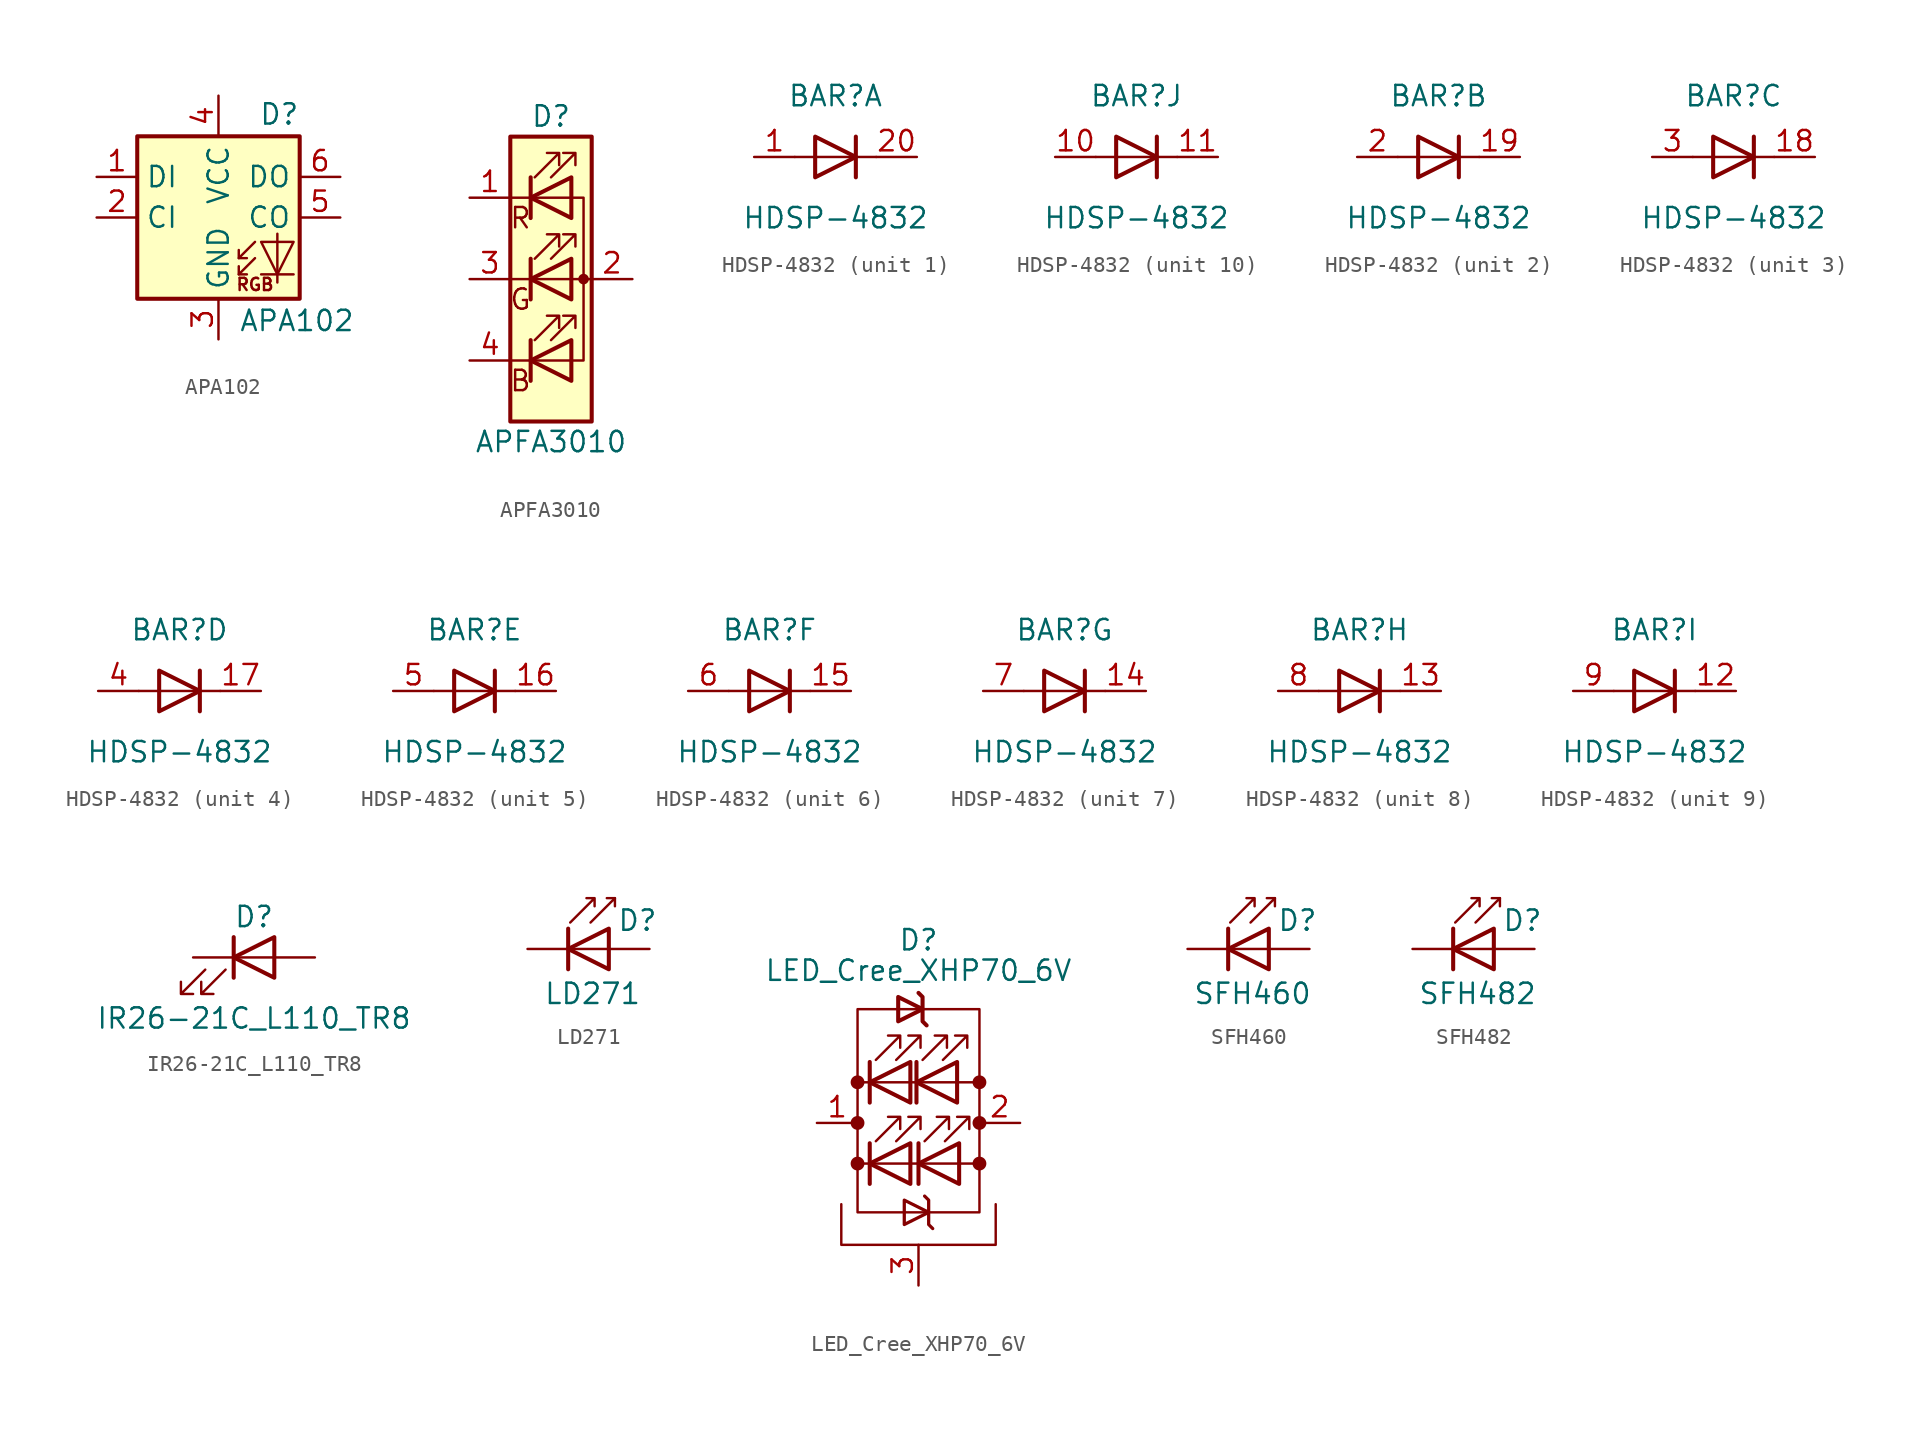
<source format=kicad_sym>
(kicad_symbol_lib
  (version 20201005)
  (generator kicad_symbol_editor)
  (symbol "APA102"
    (property "Reference" "D"
      (at 5.08 5.715 0)
      (effects (font (size 1.27 1.27)) (justify right bottom)))
    (property "Value" "APA102"
      (at 1.27 -5.715 0)
      (effects (font (size 1.27 1.27)) (justify left top)))
    (symbol "APA102_0_0"
      (text "RGB" (at 2.286 -4.191 0) (effects (font (size 0.762 0.762)))))
    (symbol "APA102_0_1"
      (rectangle (start 5.08 5.08) (end -5.08 -5.08) (stroke (width 0.254)) (fill (type background)))
      (polyline (pts (xy 1.27 -3.556) (xy 1.778 -3.556)) (stroke (width 0)) (fill (type none)))
      (polyline (pts (xy 1.27 -2.54) (xy 1.778 -2.54)) (stroke (width 0)) (fill (type none)))
      (polyline (pts (xy 4.699 -3.556) (xy 2.667 -3.556)) (stroke (width 0)) (fill (type none)))
      (polyline (pts (xy 2.286 -2.54) (xy 1.27 -3.556) (xy 1.27 -3.048)) (stroke (width 0)) (fill (type none)))
      (polyline (pts (xy 2.286 -1.524) (xy 1.27 -2.54) (xy 1.27 -2.032)) (stroke (width 0)) (fill (type none)))
      (polyline (pts (xy 3.683 -1.016) (xy 3.683 -3.556) (xy 3.683 -4.064)) (stroke (width 0)) (fill (type none)))
      (polyline (pts (xy 4.699 -1.524) (xy 2.667 -1.524) (xy 3.683 -3.556) (xy 4.699 -1.524)) (stroke (width 0)) (fill (type none))))
    (symbol "APA102_1_1"
      (pin input line (at -7.62 2.54 0) (length 2.54) (name "DI" (effects (font (size 1.27 1.27)))) (number "1" (effects (font (size 1.27 1.27)))))
      (pin input line (at -7.62 0 0) (length 2.54) (name "CI" (effects (font (size 1.27 1.27)))) (number "2" (effects (font (size 1.27 1.27)))))
      (pin power_in line (at 0 -7.62 90) (length 2.54) (name "GND" (effects (font (size 1.27 1.27)))) (number "3" (effects (font (size 1.27 1.27)))))
      (pin power_in line (at 0 7.62 270) (length 2.54) (name "VCC" (effects (font (size 1.27 1.27)))) (number "4" (effects (font (size 1.27 1.27)))))
      (pin output line (at 7.62 0 180) (length 2.54) (name "CO" (effects (font (size 1.27 1.27)))) (number "5" (effects (font (size 1.27 1.27)))))
      (pin output line (at 7.62 2.54 180) (length 2.54) (name "DO" (effects (font (size 1.27 1.27)))) (number "6" (effects (font (size 1.27 1.27)))))))
  (symbol "APFA3010"
    (pin_names
      (offset 0) hide)
    (property "Reference" "D"
      (at 0 10.16 0)
      (effects (font (size 1.27 1.27))))
    (property "Value" "APFA3010"
      (at 0 -10.16 0)
      (effects (font (size 1.27 1.27))))
    (symbol "APFA3010_0_0"
      (text "B" (at -1.905 -6.35 0) (effects (font (size 1.27 1.27))))
      (text "G" (at -1.905 -1.27 0) (effects (font (size 1.27 1.27))))
      (text "R" (at -1.905 3.81 0) (effects (font (size 1.27 1.27)))))
    (symbol "APFA3010_0_1"
      (circle (center 2.032 0) (radius 0.254) (stroke (width 0)) (fill (type outline)))
      (rectangle (start 1.27 6.35) (end 1.27 6.35) (stroke (width 0)) (fill (type none)))
      (rectangle (start -2.54 -8.89) (end 2.54 8.89) (stroke (width 0.254)) (fill (type background)))
      (polyline (pts (xy -2.54 -5.08) (xy 1.27 -5.08)) (stroke (width 0)) (fill (type none)))
      (polyline (pts (xy -1.27 -3.81) (xy -1.27 -6.35)) (stroke (width 0.254)) (fill (type none)))
      (polyline (pts (xy -1.27 1.27) (xy -1.27 -1.27)) (stroke (width 0.254)) (fill (type none)))
      (polyline (pts (xy -1.27 6.35) (xy -1.27 3.81)) (stroke (width 0.254)) (fill (type none)))
      (polyline (pts (xy 1.27 5.08) (xy -2.54 5.08)) (stroke (width 0)) (fill (type none)))
      (polyline (pts (xy 2.54 0) (xy -2.54 0)) (stroke (width 0)) (fill (type none)))
      (polyline (pts (xy 1.27 -5.08) (xy 2.032 -5.08) (xy 2.032 5.08) (xy 1.27 5.08)) (stroke (width 0)) (fill (type none)))
      (polyline (pts (xy 1.27 -3.81) (xy 1.27 -6.35) (xy -1.27 -5.08) (xy 1.27 -3.81)) (stroke (width 0.254)) (fill (type none)))
      (polyline (pts (xy 1.27 1.27) (xy 1.27 -1.27) (xy -1.27 0) (xy 1.27 1.27)) (stroke (width 0.254)) (fill (type none)))
      (polyline (pts (xy 1.27 6.35) (xy 1.27 3.81) (xy -1.27 5.08) (xy 1.27 6.35)) (stroke (width 0.254)) (fill (type none)))
      (polyline (pts (xy -1.016 -3.81) (xy 0.508 -2.286) (xy -0.254 -2.286) (xy 0.508 -2.286) (xy 0.508 -3.048)) (stroke (width 0)) (fill (type none)))
      (polyline (pts (xy -1.016 1.27) (xy 0.508 2.794) (xy -0.254 2.794) (xy 0.508 2.794) (xy 0.508 2.032)) (stroke (width 0)) (fill (type none)))
      (polyline (pts (xy -1.016 6.35) (xy 0.508 7.874) (xy -0.254 7.874) (xy 0.508 7.874) (xy 0.508 7.112)) (stroke (width 0)) (fill (type none)))
      (polyline (pts (xy 0 -3.81) (xy 1.524 -2.286) (xy 0.762 -2.286) (xy 1.524 -2.286) (xy 1.524 -3.048)) (stroke (width 0)) (fill (type none)))
      (polyline (pts (xy 0 1.27) (xy 1.524 2.794) (xy 0.762 2.794) (xy 1.524 2.794) (xy 1.524 2.032)) (stroke (width 0)) (fill (type none)))
      (polyline (pts (xy 0 6.35) (xy 1.524 7.874) (xy 0.762 7.874) (xy 1.524 7.874) (xy 1.524 7.112)) (stroke (width 0)) (fill (type none))))
    (symbol "APFA3010_1_1"
      (pin input line (at -5.08 5.08 0) (length 2.54) (name "R" (effects (font (size 1.27 1.27)))) (number "1" (effects (font (size 1.27 1.27)))))
      (pin power_in line (at 5.08 0 180) (length 2.54) (name "A" (effects (font (size 1.27 1.27)))) (number "2" (effects (font (size 1.27 1.27)))))
      (pin input line (at -5.08 0 0) (length 2.54) (name "G" (effects (font (size 1.27 1.27)))) (number "3" (effects (font (size 1.27 1.27)))))
      (pin input line (at -5.08 -5.08 0) (length 2.54) (name "B" (effects (font (size 1.27 1.27)))) (number "4" (effects (font (size 1.27 1.27)))))))
  (symbol "HDSP-4832"
    (pin_names
      (offset 1.016) hide)
    (property "Reference" "BAR"
      (at 0 3.81 0)
      (effects (font (size 1.27 1.27))))
    (property "Value" "HDSP-4832"
      (at 0 -3.81 0)
      (effects (font (size 1.27 1.27))))
    (symbol "HDSP-4832_0_1"
      (polyline (pts (xy -2.54 0) (xy 2.54 0)) (stroke (width 0)) (fill (type none)))
      (polyline (pts (xy 1.27 -1.27) (xy 1.27 1.27)) (stroke (width 0.254)) (fill (type none)))
      (polyline (pts (xy -1.27 1.27) (xy -1.27 -1.27) (xy 1.27 0) (xy -1.27 1.27)) (stroke (width 0.254)) (fill (type none))))
    (symbol "HDSP-4832_1_1"
      (pin passive line (at -5.08 0 0) (length 2.54) (name "A" (effects (font (size 1.27 1.27)))) (number "1" (effects (font (size 1.27 1.27)))))
      (pin passive line (at 5.08 0 180) (length 2.54) (name "K" (effects (font (size 1.27 1.27)))) (number "20" (effects (font (size 1.27 1.27))))))
    (symbol "HDSP-4832_2_1"
      (pin passive line (at 5.08 0 180) (length 2.54) (name "K" (effects (font (size 1.27 1.27)))) (number "19" (effects (font (size 1.27 1.27)))))
      (pin passive line (at -5.08 0 0) (length 2.54) (name "A" (effects (font (size 1.27 1.27)))) (number "2" (effects (font (size 1.27 1.27))))))
    (symbol "HDSP-4832_3_1"
      (pin passive line (at 5.08 0 180) (length 2.54) (name "K" (effects (font (size 1.27 1.27)))) (number "18" (effects (font (size 1.27 1.27)))))
      (pin passive line (at -5.08 0 0) (length 2.54) (name "A" (effects (font (size 1.27 1.27)))) (number "3" (effects (font (size 1.27 1.27))))))
    (symbol "HDSP-4832_4_1"
      (pin passive line (at 5.08 0 180) (length 2.54) (name "K" (effects (font (size 1.27 1.27)))) (number "17" (effects (font (size 1.27 1.27)))))
      (pin passive line (at -5.08 0 0) (length 2.54) (name "A" (effects (font (size 1.27 1.27)))) (number "4" (effects (font (size 1.27 1.27))))))
    (symbol "HDSP-4832_5_1"
      (pin passive line (at 5.08 0 180) (length 2.54) (name "K" (effects (font (size 1.27 1.27)))) (number "16" (effects (font (size 1.27 1.27)))))
      (pin passive line (at -5.08 0 0) (length 2.54) (name "A" (effects (font (size 1.27 1.27)))) (number "5" (effects (font (size 1.27 1.27))))))
    (symbol "HDSP-4832_6_1"
      (pin passive line (at 5.08 0 180) (length 2.54) (name "K" (effects (font (size 1.27 1.27)))) (number "15" (effects (font (size 1.27 1.27)))))
      (pin passive line (at -5.08 0 0) (length 2.54) (name "A" (effects (font (size 1.27 1.27)))) (number "6" (effects (font (size 1.27 1.27))))))
    (symbol "HDSP-4832_7_1"
      (pin passive line (at 5.08 0 180) (length 2.54) (name "K" (effects (font (size 1.27 1.27)))) (number "14" (effects (font (size 1.27 1.27)))))
      (pin passive line (at -5.08 0 0) (length 2.54) (name "A" (effects (font (size 1.27 1.27)))) (number "7" (effects (font (size 1.27 1.27))))))
    (symbol "HDSP-4832_8_1"
      (pin passive line (at 5.08 0 180) (length 2.54) (name "K" (effects (font (size 1.27 1.27)))) (number "13" (effects (font (size 1.27 1.27)))))
      (pin passive line (at -5.08 0 0) (length 2.54) (name "A" (effects (font (size 1.27 1.27)))) (number "8" (effects (font (size 1.27 1.27))))))
    (symbol "HDSP-4832_9_1"
      (pin passive line (at 5.08 0 180) (length 2.54) (name "K" (effects (font (size 1.27 1.27)))) (number "12" (effects (font (size 1.27 1.27)))))
      (pin passive line (at -5.08 0 0) (length 2.54) (name "A" (effects (font (size 1.27 1.27)))) (number "9" (effects (font (size 1.27 1.27))))))
    (symbol "HDSP-4832_10_1"
      (pin passive line (at -5.08 0 0) (length 2.54) (name "A" (effects (font (size 1.27 1.27)))) (number "10" (effects (font (size 1.27 1.27)))))
      (pin passive line (at 5.08 0 180) (length 2.54) (name "K" (effects (font (size 1.27 1.27)))) (number "11" (effects (font (size 1.27 1.27)))))))
  (symbol "IR26-21C_L110_TR8"
    (pin_numbers hide)
    (pin_names
      (offset 1.016) hide)
    (property "Reference" "D"
      (at 0 2.54 0)
      (effects (font (size 1.27 1.27))))
    (property "Value" "IR26-21C_L110_TR8"
      (at 0 -3.81 0)
      (effects (font (size 1.27 1.27))))
    (symbol "IR26-21C_L110_TR8_0_1"
      (polyline (pts (xy -1.27 -1.27) (xy -1.27 1.27)) (stroke (width 0.254)) (fill (type none)))
      (polyline (pts (xy -1.27 0) (xy 1.27 0)) (stroke (width 0)) (fill (type none)))
      (polyline (pts (xy 1.27 -1.27) (xy 1.27 1.27) (xy -1.27 0) (xy 1.27 -1.27)) (stroke (width 0.254)) (fill (type none)))
      (polyline (pts (xy -3.048 -0.762) (xy -4.572 -2.286) (xy -3.81 -2.286) (xy -4.572 -2.286) (xy -4.572 -1.524)) (stroke (width 0)) (fill (type none)))
      (polyline (pts (xy -1.778 -0.762) (xy -3.302 -2.286) (xy -2.54 -2.286) (xy -3.302 -2.286) (xy -3.302 -1.524)) (stroke (width 0)) (fill (type none))))
    (symbol "IR26-21C_L110_TR8_1_1"
      (pin passive line (at -3.81 0 0) (length 2.54) (name "K" (effects (font (size 1.27 1.27)))) (number "1" (effects (font (size 1.27 1.27)))))
      (pin passive line (at 3.81 0 180) (length 2.54) (name "A" (effects (font (size 1.27 1.27)))) (number "2" (effects (font (size 1.27 1.27)))))))
  (symbol "LD271"
    (pin_numbers hide)
    (pin_names
      (offset 1.016) hide)
    (property "Reference" "D"
      (at 0.508 1.778 0)
      (effects (font (size 1.27 1.27)) (justify left)))
    (property "Value" "LD271"
      (at -1.016 -2.794 0)
      (effects (font (size 1.27 1.27))))
    (symbol "LD271_0_1"
      (polyline (pts (xy -2.54 1.27) (xy -2.54 -1.27)) (stroke (width 0.254)) (fill (type none)))
      (polyline (pts (xy 0 0) (xy -2.54 0)) (stroke (width 0)) (fill (type none)))
      (polyline (pts (xy 0.381 3.175) (xy -0.127 3.175)) (stroke (width 0)) (fill (type none)))
      (polyline (pts (xy -1.143 1.651) (xy 0.381 3.175) (xy 0.381 2.667)) (stroke (width 0)) (fill (type none)))
      (polyline (pts (xy 0 -1.27) (xy -2.54 0) (xy 0 1.27) (xy 0 -1.27)) (stroke (width 0.254)) (fill (type none)))
      (polyline (pts (xy -2.413 1.651) (xy -0.889 3.175) (xy -0.889 2.667) (xy -0.889 3.175) (xy -1.397 3.175)) (stroke (width 0)) (fill (type none))))
    (symbol "LD271_1_1"
      (pin passive line (at -5.08 0 0) (length 2.54) (name "K" (effects (font (size 1.27 1.27)))) (number "1" (effects (font (size 1.27 1.27)))))
      (pin passive line (at 2.54 0 180) (length 2.54) (name "A" (effects (font (size 1.27 1.27)))) (number "2" (effects (font (size 1.27 1.27)))))))
  (symbol "LED_Cree_XHP70_6V"
    (pin_names
      (offset 1.016) hide)
    (property "Reference" "D"
      (at 0 11.43 0)
      (effects (font (size 1.27 1.27))))
    (property "Value" "LED_Cree_XHP70_6V"
      (at 0 9.525 0)
      (effects (font (size 1.27 1.27))))
    (symbol "LED_Cree_XHP70_6V_0_1"
      (circle (center -3.81 -2.54) (radius 0.356) (stroke (width 0)) (fill (type outline)))
      (circle (center -3.81 0) (radius 0.356) (stroke (width 0)) (fill (type outline)))
      (circle (center -3.81 2.54) (radius 0.356) (stroke (width 0)) (fill (type outline)))
      (circle (center 3.81 -2.54) (radius 0.356) (stroke (width 0)) (fill (type outline)))
      (circle (center 3.81 0) (radius 0.356) (stroke (width 0)) (fill (type outline)))
      (circle (center 3.81 2.54) (radius 0.356) (stroke (width 0)) (fill (type outline)))
      (polyline (pts (xy -3.81 -2.54) (xy 3.81 -2.54)) (stroke (width 0)) (fill (type none)))
      (polyline (pts (xy -3.048 -3.81) (xy -3.048 -1.27)) (stroke (width 0.254)) (fill (type none)))
      (polyline (pts (xy -3.048 1.27) (xy -3.048 3.81)) (stroke (width 0.254)) (fill (type none)))
      (polyline (pts (xy -0.127 1.27) (xy -0.127 3.81)) (stroke (width 0.254)) (fill (type none)))
      (polyline (pts (xy 0 -3.81) (xy 0 -1.27)) (stroke (width 0.254)) (fill (type none)))
      (polyline (pts (xy 3.81 2.54) (xy -3.81 2.54)) (stroke (width 0)) (fill (type none)))
      (polyline (pts (xy -4.826 -5.08) (xy -4.826 -7.62) (xy 4.826 -7.62) (xy 4.826 -5.08)) (stroke (width 0)) (fill (type none)))
      (polyline (pts (xy -0.508 -3.81) (xy -0.508 -1.27) (xy -3.048 -2.54) (xy -0.508 -3.81)) (stroke (width 0.254)) (fill (type none)))
      (polyline (pts (xy -0.508 1.27) (xy -0.508 3.81) (xy -3.048 2.54) (xy -0.508 1.27)) (stroke (width 0.254)) (fill (type none)))
      (polyline (pts (xy 0.508 6.096) (xy 0.254 6.35) (xy 0.254 7.874) (xy 0 8.128)) (stroke (width 0.254)) (fill (type none)))
      (polyline (pts (xy 0.889 -6.604) (xy 0.635 -6.35) (xy 0.635 -4.826) (xy 0.381 -4.572)) (stroke (width 0.203)) (fill (type none)))
      (polyline (pts (xy 2.413 1.27) (xy 2.413 3.81) (xy -0.127 2.54) (xy 2.413 1.27)) (stroke (width 0.254)) (fill (type none)))
      (polyline (pts (xy 2.54 -3.81) (xy 2.54 -1.27) (xy 0 -2.54) (xy 2.54 -3.81)) (stroke (width 0.254)) (fill (type none)))
      (polyline (pts (xy -3.81 -5.588) (xy -3.81 7.112) (xy 3.81 7.112) (xy 3.81 -5.588) (xy -3.81 -5.588)) (stroke (width 0)) (fill (type none)))
      (polyline (pts (xy -2.667 -1.143) (xy -1.143 0.381) (xy -1.905 0.381) (xy -1.143 0.381) (xy -1.143 -0.381)) (stroke (width 0)) (fill (type none)))
      (polyline (pts (xy -2.667 3.937) (xy -1.143 5.461) (xy -1.905 5.461) (xy -1.143 5.461) (xy -1.143 4.699)) (stroke (width 0)) (fill (type none)))
      (polyline (pts (xy -1.397 -1.143) (xy 0.127 0.381) (xy -0.635 0.381) (xy 0.127 0.381) (xy 0.127 -0.381)) (stroke (width 0)) (fill (type none)))
      (polyline (pts (xy -1.397 3.937) (xy 0.127 5.461) (xy -0.635 5.461) (xy 0.127 5.461) (xy 0.127 4.699)) (stroke (width 0)) (fill (type none)))
      (polyline (pts (xy -1.27 6.35) (xy -1.27 7.874) (xy 0.254 7.112) (xy -1.27 6.35) (xy -1.27 6.604)) (stroke (width 0.254)) (fill (type none)))
      (polyline (pts (xy -0.889 -6.35) (xy -0.889 -4.826) (xy 0.635 -5.588) (xy -0.889 -6.35) (xy -0.889 -6.096)) (stroke (width 0.203)) (fill (type none)))
      (polyline (pts (xy 0.254 3.937) (xy 1.778 5.461) (xy 1.016 5.461) (xy 1.778 5.461) (xy 1.778 4.699)) (stroke (width 0)) (fill (type none)))
      (polyline (pts (xy 0.381 -1.143) (xy 1.905 0.381) (xy 1.143 0.381) (xy 1.905 0.381) (xy 1.905 -0.381)) (stroke (width 0)) (fill (type none)))
      (polyline (pts (xy 1.524 3.937) (xy 3.048 5.461) (xy 2.286 5.461) (xy 3.048 5.461) (xy 3.048 4.699)) (stroke (width 0)) (fill (type none)))
      (polyline (pts (xy 1.651 -1.143) (xy 3.175 0.381) (xy 2.413 0.381) (xy 3.175 0.381) (xy 3.175 -0.381)) (stroke (width 0)) (fill (type none))))
    (symbol "LED_Cree_XHP70_6V_1_1"
      (pin passive line (at -6.35 0 0) (length 2.54) (name "K" (effects (font (size 1.27 1.27)))) (number "1" (effects (font (size 1.27 1.27)))))
      (pin passive line (at 6.35 0 180) (length 2.54) (name "A" (effects (font (size 1.27 1.27)))) (number "2" (effects (font (size 1.27 1.27)))))
      (pin passive line (at 0 -10.16 90) (length 2.54) (name "PAD" (effects (font (size 1.27 1.27)))) (number "3" (effects (font (size 1.27 1.27)))))))
  (symbol "SFH460"
    (pin_numbers hide)
    (pin_names
      (offset 1.016) hide)
    (property "Reference" "D"
      (at 0.508 1.778 0)
      (effects (font (size 1.27 1.27)) (justify left)))
    (property "Value" "SFH460"
      (at -1.016 -2.794 0)
      (effects (font (size 1.27 1.27))))
    (symbol "SFH460_0_1"
      (polyline (pts (xy -2.54 1.27) (xy -2.54 -1.27)) (stroke (width 0.254)) (fill (type none)))
      (polyline (pts (xy 0 0) (xy -2.54 0)) (stroke (width 0)) (fill (type none)))
      (polyline (pts (xy 0.381 3.175) (xy -0.127 3.175)) (stroke (width 0)) (fill (type none)))
      (polyline (pts (xy -1.143 1.651) (xy 0.381 3.175) (xy 0.381 2.667)) (stroke (width 0)) (fill (type none)))
      (polyline (pts (xy 0 1.27) (xy 0 -1.27) (xy -2.54 0) (xy 0 1.27)) (stroke (width 0.254)) (fill (type none)))
      (polyline (pts (xy -2.413 1.651) (xy -0.889 3.175) (xy -0.889 2.667) (xy -0.889 3.175) (xy -1.397 3.175)) (stroke (width 0)) (fill (type none))))
    (symbol "SFH460_1_1"
      (pin passive line (at -5.08 0 0) (length 2.54) (name "K" (effects (font (size 1.27 1.27)))) (number "1" (effects (font (size 1.27 1.27)))))
      (pin passive line (at 2.54 0 180) (length 2.54) (name "A" (effects (font (size 1.27 1.27)))) (number "2" (effects (font (size 1.27 1.27)))))))
  (symbol "SFH482"
    (pin_numbers hide)
    (pin_names
      (offset 1.016) hide)
    (property "Reference" "D"
      (at 0.508 1.778 0)
      (effects (font (size 1.27 1.27)) (justify left)))
    (property "Value" "SFH482"
      (at -1.016 -2.794 0)
      (effects (font (size 1.27 1.27))))
    (symbol "SFH482_0_1"
      (polyline (pts (xy -2.54 1.27) (xy -2.54 -1.27)) (stroke (width 0.254)) (fill (type none)))
      (polyline (pts (xy 0 0) (xy -2.54 0)) (stroke (width 0)) (fill (type none)))
      (polyline (pts (xy 0.381 3.175) (xy -0.127 3.175)) (stroke (width 0)) (fill (type none)))
      (polyline (pts (xy -1.143 1.651) (xy 0.381 3.175) (xy 0.381 2.667)) (stroke (width 0)) (fill (type none)))
      (polyline (pts (xy 0 1.27) (xy 0 -1.27) (xy -2.54 0) (xy 0 1.27)) (stroke (width 0.254)) (fill (type none)))
      (polyline (pts (xy -2.413 1.651) (xy -0.889 3.175) (xy -0.889 2.667) (xy -0.889 3.175) (xy -1.397 3.175)) (stroke (width 0)) (fill (type none))))
    (symbol "SFH482_1_1"
      (pin passive line (at -5.08 0 0) (length 2.54) (name "K" (effects (font (size 1.27 1.27)))) (number "1" (effects (font (size 1.27 1.27)))))
      (pin passive line (at 2.54 0 180) (length 2.54) (name "A" (effects (font (size 1.27 1.27)))) (number "2" (effects (font (size 1.27 1.27))))))))
</source>
